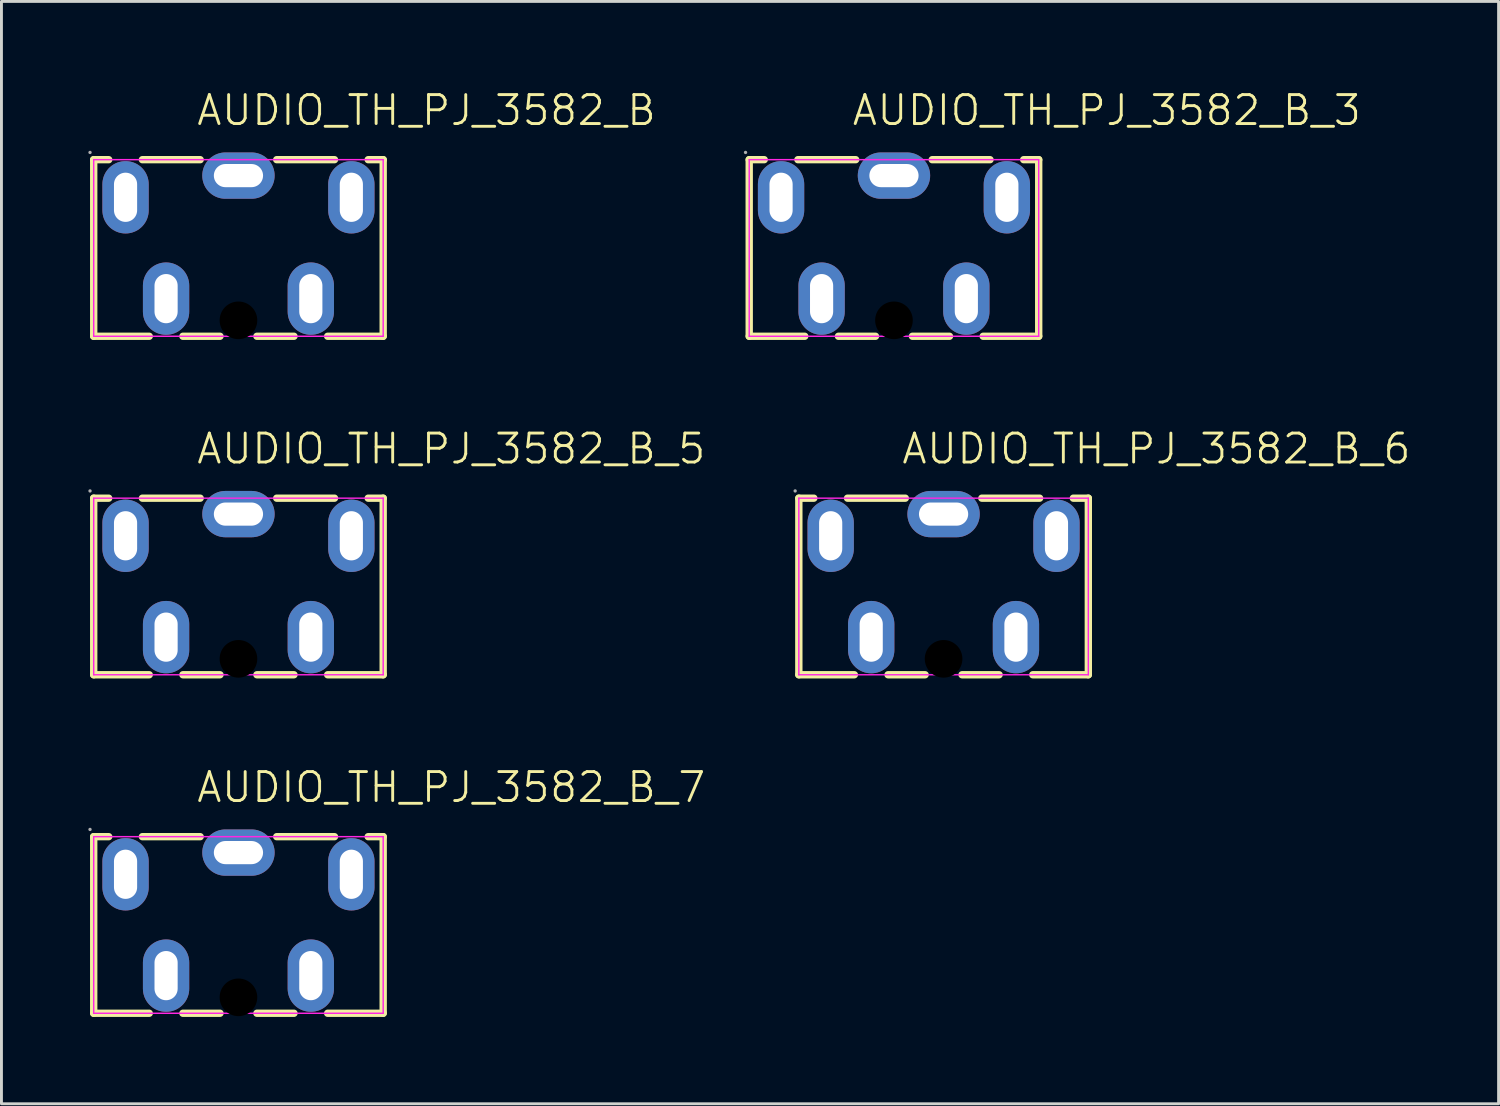
<source format=kicad_pcb>
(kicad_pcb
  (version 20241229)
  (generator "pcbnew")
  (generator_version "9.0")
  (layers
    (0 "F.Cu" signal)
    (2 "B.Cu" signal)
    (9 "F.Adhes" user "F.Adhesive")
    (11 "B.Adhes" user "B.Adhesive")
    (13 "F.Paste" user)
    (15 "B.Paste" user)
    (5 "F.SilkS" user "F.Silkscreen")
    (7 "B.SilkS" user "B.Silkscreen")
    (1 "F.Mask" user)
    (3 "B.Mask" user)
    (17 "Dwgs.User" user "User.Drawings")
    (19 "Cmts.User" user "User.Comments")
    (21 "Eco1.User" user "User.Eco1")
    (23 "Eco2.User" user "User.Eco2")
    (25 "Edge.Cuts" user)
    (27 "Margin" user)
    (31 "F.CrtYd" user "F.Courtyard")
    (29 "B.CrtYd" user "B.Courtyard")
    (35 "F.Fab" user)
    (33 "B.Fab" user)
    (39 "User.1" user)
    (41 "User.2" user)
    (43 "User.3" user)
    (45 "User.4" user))
  (footprint "AUDIO_TH_PJ_3582_B_5"
    (layer "F.Cu")
    (at 5.187 17.209)
    (property "Reference" "AUDIO_TH_PJ_3582_B_5" (at -1.5 -4.756 0) (layer "F.SilkS") (effects (font (size 1 1) (thickness 0.1)) (justify left)))
    (fp_line (start -5 -3.05) (end -5 3.05) (stroke (width 0.254) (type solid)) (layer "F.SilkS"))
    (fp_line (start -5 3.05) (end -3.082 3.05) (stroke (width 0.254) (type solid)) (layer "F.SilkS"))
    (fp_line (start -4.482 -3.05) (end -5 -3.05) (stroke (width 0.254) (type solid)) (layer "F.SilkS"))
    (fp_line (start -1.918 3.05) (end -0.638 3.05) (stroke (width 0.254) (type solid)) (layer "F.SilkS"))
    (fp_line (start -1.322 -3.05) (end -3.318 -3.05) (stroke (width 0.254) (type solid)) (layer "F.SilkS"))
    (fp_line (start 0.638 3.05) (end 1.918 3.05) (stroke (width 0.254) (type solid)) (layer "F.SilkS"))
    (fp_line (start 3.082 3.05) (end 5 3.05) (stroke (width 0.254) (type solid)) (layer "F.SilkS"))
    (fp_line (start 3.318 -3.05) (end 1.322 -3.05) (stroke (width 0.254) (type solid)) (layer "F.SilkS"))
    (fp_line (start 5 -3.05) (end 4.482 -3.05) (stroke (width 0.254) (type solid)) (layer "F.SilkS"))
    (fp_line (start 5 -3.05) (end 5 3.05) (stroke (width 0.254) (type solid)) (layer "F.SilkS"))
    (fp_line (start -5 -3.05) (end -5 3.05) (stroke (width 0.05) (type solid)) (layer "F.CrtYd"))
    (fp_line (start -5 3.05) (end 5 3.05) (stroke (width 0.05) (type solid)) (layer "F.CrtYd"))
    (fp_line (start 5 -3.05) (end -5 -3.05) (stroke (width 0.05) (type solid)) (layer "F.CrtYd"))
    (fp_line (start 5 3.05) (end 5 -3.05) (stroke (width 0.05) (type solid)) (layer "F.CrtYd"))
    (fp_arc (start -5.097 -3.3) (mid -5.157 -3.3) (end -5.097 -3.3) (stroke (width 0.06) (type solid)) (layer "F.Fab"))
    (pad "" np_thru_hole circle (at 0 2.5) (size 1.3 1.3) (drill 1.3) (layers "*.Mask"))
    (pad "2" thru_hole oval (at 0 -2.5 90) (size 1.6 2.5) (drill oval 0.8 1.7) (layers "*.Cu" "*.Mask"))
    (pad "3" thru_hole oval (at -3.9 -1.751 180) (size 1.6 2.5) (drill oval 0.8 1.7) (layers "*.Cu" "*.Mask"))
    (pad "4" thru_hole oval (at -2.5 1.75) (size 1.6 2.5) (drill oval 0.8 1.7) (layers "*.Cu" "*.Mask"))
    (pad "5" thru_hole oval (at 2.5 1.75) (size 1.6 2.5) (drill oval 0.8 1.7) (layers "*.Cu" "*.Mask"))
    (pad "6" thru_hole oval (at 3.9 -1.751) (size 1.6 2.5) (drill oval 0.8 1.7) (layers "*.Cu" "*.Mask")))
  (footprint "AUDIO_TH_PJ_3582_B_3"
    (layer "F.Cu")
    (at 27.831 5.516)
    (property "Reference" "AUDIO_TH_PJ_3582_B_3" (at -1.5 -4.756 0) (layer "F.SilkS") (effects (font (size 1 1) (thickness 0.1)) (justify left)))
    (fp_line (start -5 -3.05) (end -5 3.05) (stroke (width 0.254) (type solid)) (layer "F.SilkS"))
    (fp_line (start -5 3.05) (end -3.082 3.05) (stroke (width 0.254) (type solid)) (layer "F.SilkS"))
    (fp_line (start -4.482 -3.05) (end -5 -3.05) (stroke (width 0.254) (type solid)) (layer "F.SilkS"))
    (fp_line (start -1.918 3.05) (end -0.638 3.05) (stroke (width 0.254) (type solid)) (layer "F.SilkS"))
    (fp_line (start -1.322 -3.05) (end -3.318 -3.05) (stroke (width 0.254) (type solid)) (layer "F.SilkS"))
    (fp_line (start 0.638 3.05) (end 1.918 3.05) (stroke (width 0.254) (type solid)) (layer "F.SilkS"))
    (fp_line (start 3.082 3.05) (end 5 3.05) (stroke (width 0.254) (type solid)) (layer "F.SilkS"))
    (fp_line (start 3.318 -3.05) (end 1.322 -3.05) (stroke (width 0.254) (type solid)) (layer "F.SilkS"))
    (fp_line (start 5 -3.05) (end 4.482 -3.05) (stroke (width 0.254) (type solid)) (layer "F.SilkS"))
    (fp_line (start 5 -3.05) (end 5 3.05) (stroke (width 0.254) (type solid)) (layer "F.SilkS"))
    (fp_line (start -5 -3.05) (end -5 3.05) (stroke (width 0.05) (type solid)) (layer "F.CrtYd"))
    (fp_line (start -5 3.05) (end 5 3.05) (stroke (width 0.05) (type solid)) (layer "F.CrtYd"))
    (fp_line (start 5 -3.05) (end -5 -3.05) (stroke (width 0.05) (type solid)) (layer "F.CrtYd"))
    (fp_line (start 5 3.05) (end 5 -3.05) (stroke (width 0.05) (type solid)) (layer "F.CrtYd"))
    (fp_arc (start -5.097 -3.3) (mid -5.157 -3.3) (end -5.097 -3.3) (stroke (width 0.06) (type solid)) (layer "F.Fab"))
    (pad "" np_thru_hole circle (at 0 2.5) (size 1.3 1.3) (drill 1.3) (layers "*.Mask"))
    (pad "2" thru_hole oval (at 0 -2.5 90) (size 1.6 2.5) (drill oval 0.8 1.7) (layers "*.Cu" "*.Mask"))
    (pad "3" thru_hole oval (at -3.9 -1.751 180) (size 1.6 2.5) (drill oval 0.8 1.7) (layers "*.Cu" "*.Mask"))
    (pad "4" thru_hole oval (at -2.5 1.75) (size 1.6 2.5) (drill oval 0.8 1.7) (layers "*.Cu" "*.Mask"))
    (pad "5" thru_hole oval (at 2.5 1.75) (size 1.6 2.5) (drill oval 0.8 1.7) (layers "*.Cu" "*.Mask"))
    (pad "6" thru_hole oval (at 3.9 -1.751) (size 1.6 2.5) (drill oval 0.8 1.7) (layers "*.Cu" "*.Mask")))
  (footprint "AUDIO_TH_PJ_3582_B_7"
    (layer "F.Cu")
    (at 5.187 28.902)
    (property "Reference" "AUDIO_TH_PJ_3582_B_7" (at -1.5 -4.756 0) (layer "F.SilkS") (effects (font (size 1 1) (thickness 0.1)) (justify left)))
    (fp_line (start -5 -3.05) (end -5 3.05) (stroke (width 0.254) (type solid)) (layer "F.SilkS"))
    (fp_line (start -5 3.05) (end -3.082 3.05) (stroke (width 0.254) (type solid)) (layer "F.SilkS"))
    (fp_line (start -4.482 -3.05) (end -5 -3.05) (stroke (width 0.254) (type solid)) (layer "F.SilkS"))
    (fp_line (start -1.918 3.05) (end -0.638 3.05) (stroke (width 0.254) (type solid)) (layer "F.SilkS"))
    (fp_line (start -1.322 -3.05) (end -3.318 -3.05) (stroke (width 0.254) (type solid)) (layer "F.SilkS"))
    (fp_line (start 0.638 3.05) (end 1.918 3.05) (stroke (width 0.254) (type solid)) (layer "F.SilkS"))
    (fp_line (start 3.082 3.05) (end 5 3.05) (stroke (width 0.254) (type solid)) (layer "F.SilkS"))
    (fp_line (start 3.318 -3.05) (end 1.322 -3.05) (stroke (width 0.254) (type solid)) (layer "F.SilkS"))
    (fp_line (start 5 -3.05) (end 4.482 -3.05) (stroke (width 0.254) (type solid)) (layer "F.SilkS"))
    (fp_line (start 5 -3.05) (end 5 3.05) (stroke (width 0.254) (type solid)) (layer "F.SilkS"))
    (fp_line (start -5 -3.05) (end -5 3.05) (stroke (width 0.05) (type solid)) (layer "F.CrtYd"))
    (fp_line (start -5 3.05) (end 5 3.05) (stroke (width 0.05) (type solid)) (layer "F.CrtYd"))
    (fp_line (start 5 -3.05) (end -5 -3.05) (stroke (width 0.05) (type solid)) (layer "F.CrtYd"))
    (fp_line (start 5 3.05) (end 5 -3.05) (stroke (width 0.05) (type solid)) (layer "F.CrtYd"))
    (fp_arc (start -5.097 -3.3) (mid -5.157 -3.3) (end -5.097 -3.3) (stroke (width 0.06) (type solid)) (layer "F.Fab"))
    (pad "" np_thru_hole circle (at 0 2.5) (size 1.3 1.3) (drill 1.3) (layers "*.Mask"))
    (pad "2" thru_hole oval (at 0 -2.5 90) (size 1.6 2.5) (drill oval 0.8 1.7) (layers "*.Cu" "*.Mask"))
    (pad "3" thru_hole oval (at -3.9 -1.751 180) (size 1.6 2.5) (drill oval 0.8 1.7) (layers "*.Cu" "*.Mask"))
    (pad "4" thru_hole oval (at -2.5 1.75) (size 1.6 2.5) (drill oval 0.8 1.7) (layers "*.Cu" "*.Mask"))
    (pad "5" thru_hole oval (at 2.5 1.75) (size 1.6 2.5) (drill oval 0.8 1.7) (layers "*.Cu" "*.Mask"))
    (pad "6" thru_hole oval (at 3.9 -1.751) (size 1.6 2.5) (drill oval 0.8 1.7) (layers "*.Cu" "*.Mask")))
  (footprint "AUDIO_TH_PJ_3582_B_6"
    (layer "F.Cu")
    (at 29.545 17.209)
    (property "Reference" "AUDIO_TH_PJ_3582_B_6" (at -1.5 -4.756 0) (layer "F.SilkS") (effects (font (size 1 1) (thickness 0.1)) (justify left)))
    (fp_line (start -5 -3.05) (end -5 3.05) (stroke (width 0.254) (type solid)) (layer "F.SilkS"))
    (fp_line (start -5 3.05) (end -3.082 3.05) (stroke (width 0.254) (type solid)) (layer "F.SilkS"))
    (fp_line (start -4.482 -3.05) (end -5 -3.05) (stroke (width 0.254) (type solid)) (layer "F.SilkS"))
    (fp_line (start -1.918 3.05) (end -0.638 3.05) (stroke (width 0.254) (type solid)) (layer "F.SilkS"))
    (fp_line (start -1.322 -3.05) (end -3.318 -3.05) (stroke (width 0.254) (type solid)) (layer "F.SilkS"))
    (fp_line (start 0.638 3.05) (end 1.918 3.05) (stroke (width 0.254) (type solid)) (layer "F.SilkS"))
    (fp_line (start 3.082 3.05) (end 5 3.05) (stroke (width 0.254) (type solid)) (layer "F.SilkS"))
    (fp_line (start 3.318 -3.05) (end 1.322 -3.05) (stroke (width 0.254) (type solid)) (layer "F.SilkS"))
    (fp_line (start 5 -3.05) (end 4.482 -3.05) (stroke (width 0.254) (type solid)) (layer "F.SilkS"))
    (fp_line (start 5 -3.05) (end 5 3.05) (stroke (width 0.254) (type solid)) (layer "F.SilkS"))
    (fp_line (start -5 -3.05) (end -5 3.05) (stroke (width 0.05) (type solid)) (layer "F.CrtYd"))
    (fp_line (start -5 3.05) (end 5 3.05) (stroke (width 0.05) (type solid)) (layer "F.CrtYd"))
    (fp_line (start 5 -3.05) (end -5 -3.05) (stroke (width 0.05) (type solid)) (layer "F.CrtYd"))
    (fp_line (start 5 3.05) (end 5 -3.05) (stroke (width 0.05) (type solid)) (layer "F.CrtYd"))
    (fp_arc (start -5.097 -3.3) (mid -5.157 -3.3) (end -5.097 -3.3) (stroke (width 0.06) (type solid)) (layer "F.Fab"))
    (pad "" np_thru_hole circle (at 0 2.5) (size 1.3 1.3) (drill 1.3) (layers "*.Mask"))
    (pad "2" thru_hole oval (at 0 -2.5 90) (size 1.6 2.5) (drill oval 0.8 1.7) (layers "*.Cu" "*.Mask"))
    (pad "3" thru_hole oval (at -3.9 -1.751 180) (size 1.6 2.5) (drill oval 0.8 1.7) (layers "*.Cu" "*.Mask"))
    (pad "4" thru_hole oval (at -2.5 1.75) (size 1.6 2.5) (drill oval 0.8 1.7) (layers "*.Cu" "*.Mask"))
    (pad "5" thru_hole oval (at 2.5 1.75) (size 1.6 2.5) (drill oval 0.8 1.7) (layers "*.Cu" "*.Mask"))
    (pad "6" thru_hole oval (at 3.9 -1.751) (size 1.6 2.5) (drill oval 0.8 1.7) (layers "*.Cu" "*.Mask")))
  (footprint "AUDIO_TH_PJ_3582_B"
    (layer "F.Cu")
    (at 5.187 5.516)
    (property "Reference" "AUDIO_TH_PJ_3582_B" (at -1.5 -4.756 0) (layer "F.SilkS") (effects (font (size 1 1) (thickness 0.1)) (justify left)))
    (fp_line (start -5 -3.05) (end -5 3.05) (stroke (width 0.254) (type solid)) (layer "F.SilkS"))
    (fp_line (start -5 3.05) (end -3.082 3.05) (stroke (width 0.254) (type solid)) (layer "F.SilkS"))
    (fp_line (start -4.482 -3.05) (end -5 -3.05) (stroke (width 0.254) (type solid)) (layer "F.SilkS"))
    (fp_line (start -1.918 3.05) (end -0.638 3.05) (stroke (width 0.254) (type solid)) (layer "F.SilkS"))
    (fp_line (start -1.322 -3.05) (end -3.318 -3.05) (stroke (width 0.254) (type solid)) (layer "F.SilkS"))
    (fp_line (start 0.638 3.05) (end 1.918 3.05) (stroke (width 0.254) (type solid)) (layer "F.SilkS"))
    (fp_line (start 3.082 3.05) (end 5 3.05) (stroke (width 0.254) (type solid)) (layer "F.SilkS"))
    (fp_line (start 3.318 -3.05) (end 1.322 -3.05) (stroke (width 0.254) (type solid)) (layer "F.SilkS"))
    (fp_line (start 5 -3.05) (end 4.482 -3.05) (stroke (width 0.254) (type solid)) (layer "F.SilkS"))
    (fp_line (start 5 -3.05) (end 5 3.05) (stroke (width 0.254) (type solid)) (layer "F.SilkS"))
    (fp_line (start -5 -3.05) (end -5 3.05) (stroke (width 0.05) (type solid)) (layer "F.CrtYd"))
    (fp_line (start -5 3.05) (end 5 3.05) (stroke (width 0.05) (type solid)) (layer "F.CrtYd"))
    (fp_line (start 5 -3.05) (end -5 -3.05) (stroke (width 0.05) (type solid)) (layer "F.CrtYd"))
    (fp_line (start 5 3.05) (end 5 -3.05) (stroke (width 0.05) (type solid)) (layer "F.CrtYd"))
    (fp_arc (start -5.097 -3.3) (mid -5.157 -3.3) (end -5.097 -3.3) (stroke (width 0.06) (type solid)) (layer "F.Fab"))
    (pad "" np_thru_hole circle (at 0 2.5) (size 1.3 1.3) (drill 1.3) (layers "*.Mask"))
    (pad "2" thru_hole oval (at 0 -2.5 90) (size 1.6 2.5) (drill oval 0.8 1.7) (layers "*.Cu" "*.Mask"))
    (pad "3" thru_hole oval (at -3.9 -1.751 180) (size 1.6 2.5) (drill oval 0.8 1.7) (layers "*.Cu" "*.Mask"))
    (pad "4" thru_hole oval (at -2.5 1.75) (size 1.6 2.5) (drill oval 0.8 1.7) (layers "*.Cu" "*.Mask"))
    (pad "5" thru_hole oval (at 2.5 1.75) (size 1.6 2.5) (drill oval 0.8 1.7) (layers "*.Cu" "*.Mask"))
    (pad "6" thru_hole oval (at 3.9 -1.751) (size 1.6 2.5) (drill oval 0.8 1.7) (layers "*.Cu" "*.Mask")))
  (gr_rect
    (start -3 -3)
    (end 48.717 35.079)
    (stroke (width 0.1) (type default))
    (fill no)
    (layer "Edge.Cuts")))
</source>
